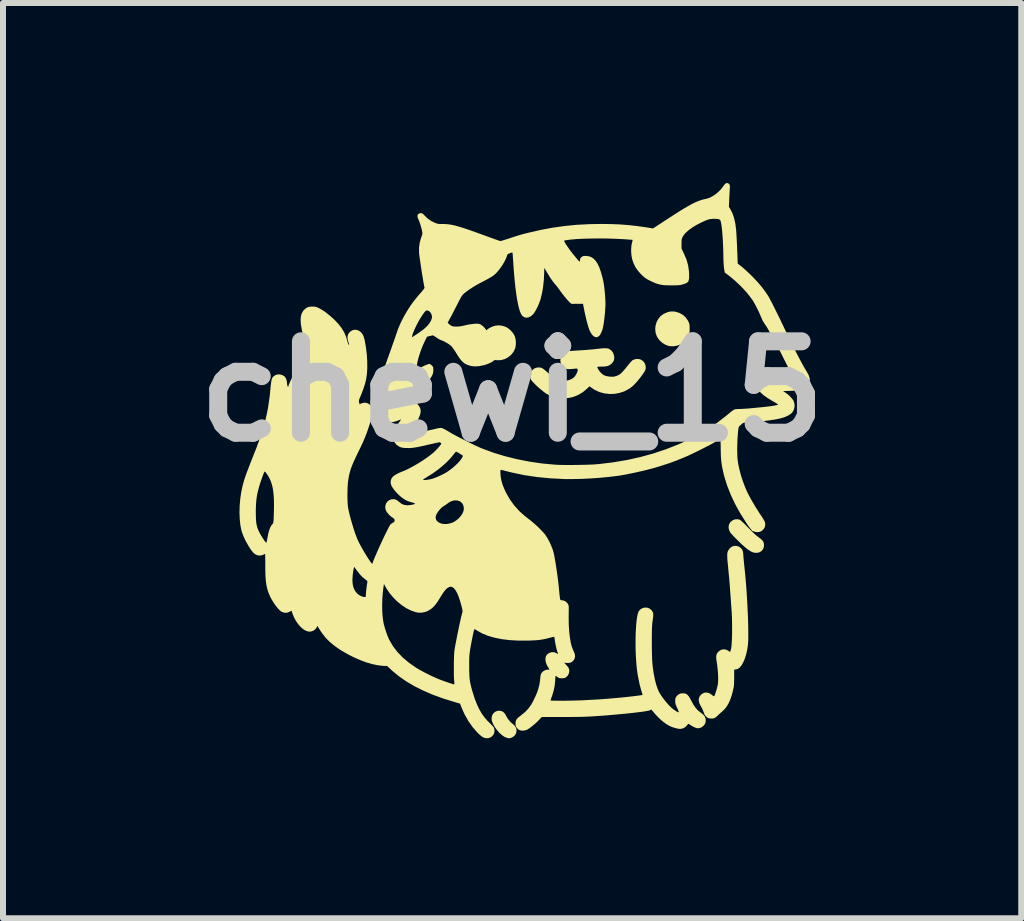
<source format=kicad_pcb>
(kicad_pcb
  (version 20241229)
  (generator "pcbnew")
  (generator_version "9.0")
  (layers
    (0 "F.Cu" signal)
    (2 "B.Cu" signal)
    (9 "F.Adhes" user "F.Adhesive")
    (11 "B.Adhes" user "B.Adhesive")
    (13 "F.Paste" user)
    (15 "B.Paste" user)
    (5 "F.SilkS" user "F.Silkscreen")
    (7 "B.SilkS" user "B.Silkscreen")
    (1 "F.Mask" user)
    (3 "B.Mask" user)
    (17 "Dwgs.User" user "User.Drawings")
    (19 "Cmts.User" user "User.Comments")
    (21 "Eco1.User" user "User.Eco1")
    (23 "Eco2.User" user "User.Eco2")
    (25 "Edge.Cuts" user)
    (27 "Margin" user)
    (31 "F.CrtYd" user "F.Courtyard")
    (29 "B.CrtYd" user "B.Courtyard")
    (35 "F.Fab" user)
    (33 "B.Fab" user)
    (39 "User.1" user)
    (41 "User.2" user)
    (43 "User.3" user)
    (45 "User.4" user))
  (footprint "chewi_15"
    (layer "F.Cu")
    (at 5.486 3.474)
    (property "Reference" "chewi_15" (at 0 0 0) (layer "Dwgs.User") (effects (font (size 1.524 1.524) (thickness 0.3))))
    (attr board_only exclude_from_pos_files exclude_from_bom)
    (fp_poly (pts (xy -0.188 5.326) (xy -0.158 5.337) (xy -0.134 5.356) (xy -0.113 5.383) (xy -0.098 5.412) (xy -0.07 5.459) (xy -0.037 5.501) (xy -0.003 5.533) (xy 0.012 5.544) (xy 0.037 5.566) (xy 0.058 5.596) (xy 0.072 5.629) (xy 0.075 5.651) (xy 0.068 5.694) (xy 0.049 5.73) (xy 0.016 5.759) (xy -0.004 5.769) (xy -0.025 5.778) (xy -0.042 5.782) (xy -0.06 5.781) (xy -0.086 5.775) (xy -0.092 5.773) (xy -0.13 5.757) (xy -0.171 5.728) (xy -0.212 5.691) (xy -0.25 5.647) (xy -0.285 5.6) (xy -0.313 5.551) (xy -0.333 5.503) (xy -0.341 5.474) (xy -0.341 5.433) (xy -0.33 5.395) (xy -0.309 5.363) (xy -0.279 5.339) (xy -0.244 5.325) (xy -0.206 5.323)) (stroke (width 0) (type solid)) (fill yes) (layer "F.SilkS"))
    (fp_poly (pts (xy 2.714 -1.33) (xy 2.781 -1.311) (xy 2.839 -1.281) (xy 2.888 -1.239) (xy 2.927 -1.185) (xy 2.939 -1.164) (xy 2.948 -1.143) (xy 2.954 -1.124) (xy 2.958 -1.103) (xy 2.959 -1.075) (xy 2.959 -1.043) (xy 2.959 -1.005) (xy 2.957 -0.978) (xy 2.953 -0.957) (xy 2.946 -0.937) (xy 2.94 -0.922) (xy 2.906 -0.867) (xy 2.863 -0.822) (xy 2.811 -0.786) (xy 2.754 -0.763) (xy 2.693 -0.752) (xy 2.63 -0.754) (xy 2.609 -0.758) (xy 2.553 -0.779) (xy 2.501 -0.811) (xy 2.456 -0.853) (xy 2.42 -0.903) (xy 2.412 -0.919) (xy 2.392 -0.977) (xy 2.386 -1.037) (xy 2.391 -1.097) (xy 2.408 -1.154) (xy 2.436 -1.207) (xy 2.474 -1.253) (xy 2.521 -1.289) (xy 2.533 -1.295) (xy 2.59 -1.32) (xy 2.642 -1.332) (xy 2.694 -1.332)) (stroke (width 0) (type solid)) (fill yes) (layer "F.SilkS"))
    (fp_poly (pts (xy 3.793 2.138) (xy 3.805 2.146) (xy 3.825 2.163) (xy 3.852 2.188) (xy 3.885 2.22) (xy 3.921 2.257) (xy 3.933 2.269) (xy 3.982 2.319) (xy 4.027 2.362) (xy 4.065 2.397) (xy 4.095 2.421) (xy 4.103 2.427) (xy 4.144 2.457) (xy 4.172 2.484) (xy 4.19 2.512) (xy 4.198 2.543) (xy 4.199 2.55) (xy 4.197 2.594) (xy 4.182 2.631) (xy 4.158 2.66) (xy 4.125 2.681) (xy 4.087 2.691) (xy 4.044 2.691) (xy 3.999 2.677) (xy 3.995 2.675) (xy 3.971 2.662) (xy 3.942 2.643) (xy 3.911 2.621) (xy 3.901 2.613) (xy 3.872 2.588) (xy 3.838 2.558) (xy 3.801 2.523) (xy 3.763 2.486) (xy 3.726 2.449) (xy 3.692 2.415) (xy 3.664 2.384) (xy 3.643 2.36) (xy 3.636 2.35) (xy 3.616 2.309) (xy 3.608 2.266) (xy 3.614 2.224) (xy 3.633 2.187) (xy 3.64 2.178) (xy 3.675 2.149) (xy 3.716 2.133) (xy 3.76 2.131)) (stroke (width 0) (type solid)) (fill yes) (layer "F.SilkS"))
    (fp_poly (pts (xy 3.746 2.576) (xy 3.779 2.587) (xy 3.813 2.611) (xy 3.837 2.641) (xy 3.85 2.681) (xy 3.855 2.732) (xy 3.855 2.735) (xy 3.856 2.756) (xy 3.859 2.79) (xy 3.863 2.832) (xy 3.867 2.88) (xy 3.873 2.931) (xy 3.874 2.945) (xy 3.884 3.034) (xy 3.892 3.129) (xy 3.901 3.229) (xy 3.908 3.332) (xy 3.915 3.437) (xy 3.921 3.543) (xy 3.926 3.647) (xy 3.931 3.748) (xy 3.934 3.845) (xy 3.936 3.935) (xy 3.937 4.018) (xy 3.937 4.091) (xy 3.936 4.153) (xy 3.933 4.203) (xy 3.931 4.223) (xy 3.919 4.307) (xy 3.901 4.384) (xy 3.88 4.453) (xy 3.855 4.512) (xy 3.828 4.561) (xy 3.798 4.599) (xy 3.766 4.624) (xy 3.733 4.635) (xy 3.723 4.636) (xy 3.702 4.636) (xy 3.702 4.773) (xy 3.701 4.824) (xy 3.7 4.864) (xy 3.698 4.896) (xy 3.695 4.924) (xy 3.69 4.951) (xy 3.683 4.98) (xy 3.681 4.99) (xy 3.658 5.075) (xy 3.633 5.146) (xy 3.605 5.207) (xy 3.573 5.258) (xy 3.537 5.302) (xy 3.51 5.328) (xy 3.482 5.353) (xy 3.452 5.38) (xy 3.428 5.403) (xy 3.407 5.422) (xy 3.386 5.438) (xy 3.372 5.446) (xy 3.341 5.453) (xy 3.307 5.453) (xy 3.275 5.447) (xy 3.259 5.44) (xy 3.229 5.416) (xy 3.208 5.387) (xy 3.193 5.348) (xy 3.192 5.345) (xy 3.18 5.314) (xy 3.164 5.279) (xy 3.15 5.255) (xy 3.124 5.205) (xy 3.112 5.158) (xy 3.113 5.116) (xy 3.129 5.079) (xy 3.158 5.047) (xy 3.161 5.045) (xy 3.199 5.024) (xy 3.239 5.019) (xy 3.279 5.027) (xy 3.318 5.05) (xy 3.327 5.057) (xy 3.347 5.073) (xy 3.362 5.081) (xy 3.368 5.081) (xy 3.375 5.07) (xy 3.384 5.047) (xy 3.394 5.017) (xy 3.405 4.982) (xy 3.415 4.946) (xy 3.423 4.913) (xy 3.429 4.888) (xy 3.433 4.848) (xy 3.435 4.796) (xy 3.434 4.736) (xy 3.43 4.673) (xy 3.424 4.609) (xy 3.417 4.547) (xy 3.413 4.527) (xy 3.405 4.475) (xy 3.402 4.435) (xy 3.404 4.403) (xy 3.411 4.378) (xy 3.424 4.356) (xy 3.443 4.335) (xy 3.444 4.334) (xy 3.479 4.31) (xy 3.519 4.299) (xy 3.559 4.302) (xy 3.597 4.319) (xy 3.606 4.325) (xy 3.622 4.336) (xy 3.632 4.342) (xy 3.634 4.342) (xy 3.637 4.334) (xy 3.643 4.316) (xy 3.65 4.291) (xy 3.655 4.264) (xy 3.659 4.224) (xy 3.662 4.173) (xy 3.665 4.114) (xy 3.667 4.047) (xy 3.667 3.976) (xy 3.667 3.902) (xy 3.666 3.827) (xy 3.664 3.754) (xy 3.661 3.684) (xy 3.657 3.634) (xy 3.649 3.52) (xy 3.642 3.419) (xy 3.635 3.332) (xy 3.63 3.258) (xy 3.625 3.196) (xy 3.621 3.144) (xy 3.617 3.103) (xy 3.616 3.091) (xy 3.612 3.051) (xy 3.608 3.011) (xy 3.605 2.976) (xy 3.604 2.963) (xy 3.601 2.93) (xy 3.597 2.891) (xy 3.593 2.855) (xy 3.589 2.816) (xy 3.587 2.773) (xy 3.586 2.738) (xy 3.587 2.705) (xy 3.591 2.681) (xy 3.599 2.659) (xy 3.607 2.645) (xy 3.633 2.61) (xy 3.667 2.586) (xy 3.706 2.575)) (stroke (width 0) (type solid)) (fill yes) (layer "F.SilkS"))
    (fp_poly (pts (xy 1.586 -0.717) (xy 1.605 -0.713) (xy 1.615 -0.709) (xy 1.649 -0.687) (xy 1.676 -0.655) (xy 1.694 -0.616) (xy 1.703 -0.573) (xy 1.7 -0.531) (xy 1.693 -0.508) (xy 1.681 -0.489) (xy 1.663 -0.467) (xy 1.652 -0.457) (xy 1.626 -0.438) (xy 1.595 -0.424) (xy 1.556 -0.416) (xy 1.506 -0.413) (xy 1.481 -0.413) (xy 1.452 -0.412) (xy 1.431 -0.411) (xy 1.419 -0.409) (xy 1.418 -0.409) (xy 1.421 -0.4) (xy 1.429 -0.383) (xy 1.433 -0.374) (xy 1.456 -0.338) (xy 1.485 -0.305) (xy 1.517 -0.278) (xy 1.531 -0.27) (xy 1.567 -0.256) (xy 1.611 -0.248) (xy 1.656 -0.244) (xy 1.696 -0.246) (xy 1.707 -0.248) (xy 1.74 -0.258) (xy 1.77 -0.27) (xy 1.798 -0.287) (xy 1.826 -0.311) (xy 1.856 -0.343) (xy 1.891 -0.384) (xy 1.917 -0.417) (xy 1.945 -0.451) (xy 1.971 -0.482) (xy 1.993 -0.505) (xy 2.009 -0.52) (xy 2.013 -0.523) (xy 2.058 -0.539) (xy 2.101 -0.541) (xy 2.141 -0.532) (xy 2.176 -0.511) (xy 2.204 -0.481) (xy 2.222 -0.442) (xy 2.228 -0.398) (xy 2.226 -0.378) (xy 2.221 -0.358) (xy 2.211 -0.336) (xy 2.194 -0.309) (xy 2.171 -0.275) (xy 2.139 -0.233) (xy 2.128 -0.219) (xy 2.083 -0.164) (xy 2.043 -0.12) (xy 2.005 -0.084) (xy 1.967 -0.054) (xy 1.946 -0.041) (xy 1.871 -0.001) (xy 1.79 0.026) (xy 1.706 0.041) (xy 1.621 0.043) (xy 1.537 0.033) (xy 1.456 0.011) (xy 1.38 -0.023) (xy 1.311 -0.069) (xy 1.291 -0.085) (xy 1.233 -0.031) (xy 1.175 0.016) (xy 1.108 0.056) (xy 1.039 0.086) (xy 0.986 0.101) (xy 0.94 0.109) (xy 0.891 0.114) (xy 0.841 0.117) (xy 0.798 0.116) (xy 0.77 0.113) (xy 0.686 0.091) (xy 0.606 0.058) (xy 0.577 0.042) (xy 0.547 0.022) (xy 0.513 -0.004) (xy 0.475 -0.035) (xy 0.437 -0.068) (xy 0.4 -0.102) (xy 0.367 -0.135) (xy 0.339 -0.165) (xy 0.32 -0.188) (xy 0.312 -0.202) (xy 0.301 -0.247) (xy 0.304 -0.289) (xy 0.318 -0.328) (xy 0.342 -0.36) (xy 0.375 -0.384) (xy 0.414 -0.397) (xy 0.458 -0.399) (xy 0.475 -0.396) (xy 0.49 -0.392) (xy 0.505 -0.385) (xy 0.523 -0.373) (xy 0.545 -0.355) (xy 0.575 -0.33) (xy 0.606 -0.302) (xy 0.655 -0.259) (xy 0.696 -0.226) (xy 0.732 -0.202) (xy 0.764 -0.186) (xy 0.796 -0.176) (xy 0.828 -0.172) (xy 0.842 -0.172) (xy 0.895 -0.176) (xy 0.947 -0.188) (xy 0.992 -0.207) (xy 1.029 -0.232) (xy 1.045 -0.249) (xy 1.067 -0.282) (xy 1.083 -0.314) (xy 1.093 -0.342) (xy 1.094 -0.363) (xy 1.092 -0.367) (xy 1.087 -0.376) (xy 1.079 -0.38) (xy 1.065 -0.381) (xy 1.04 -0.378) (xy 1.039 -0.378) (xy 1.004 -0.374) (xy 0.966 -0.372) (xy 0.948 -0.371) (xy 0.919 -0.373) (xy 0.897 -0.378) (xy 0.877 -0.389) (xy 0.87 -0.394) (xy 0.835 -0.427) (xy 0.813 -0.466) (xy 0.804 -0.51) (xy 0.809 -0.557) (xy 0.82 -0.587) (xy 0.842 -0.624) (xy 0.871 -0.65) (xy 0.909 -0.665) (xy 0.916 -0.667) (xy 0.933 -0.67) (xy 0.963 -0.673) (xy 1.002 -0.676) (xy 1.047 -0.679) (xy 1.096 -0.682) (xy 1.104 -0.682) (xy 1.162 -0.686) (xy 1.225 -0.69) (xy 1.289 -0.696) (xy 1.347 -0.701) (xy 1.385 -0.705) (xy 1.447 -0.712) (xy 1.496 -0.717) (xy 1.534 -0.719) (xy 1.563 -0.719)) (stroke (width 0) (type solid)) (fill yes) (layer "F.SilkS"))
    (fp_poly (pts (xy 3.606 -3.466) (xy 3.617 -3.457) (xy 3.624 -3.449) (xy 3.628 -3.439) (xy 3.63 -3.424) (xy 3.63 -3.401) (xy 3.628 -3.369) (xy 3.626 -3.334) (xy 3.624 -3.289) (xy 3.621 -3.24) (xy 3.619 -3.192) (xy 3.619 -3.187) (xy 3.614 -3.076) (xy 3.637 -3.04) (xy 3.671 -2.974) (xy 3.699 -2.894) (xy 3.72 -2.802) (xy 3.734 -2.699) (xy 3.735 -2.686) (xy 3.737 -2.653) (xy 3.74 -2.609) (xy 3.743 -2.556) (xy 3.746 -2.496) (xy 3.749 -2.433) (xy 3.751 -2.37) (xy 3.752 -2.361) (xy 3.761 -2.13) (xy 3.821 -2.084) (xy 3.846 -2.064) (xy 3.877 -2.036) (xy 3.914 -2.002) (xy 3.954 -1.965) (xy 3.993 -1.927) (xy 3.999 -1.921) (xy 4.084 -1.832) (xy 4.157 -1.747) (xy 4.221 -1.662) (xy 4.27 -1.588) (xy 4.285 -1.562) (xy 4.306 -1.523) (xy 4.332 -1.474) (xy 4.362 -1.414) (xy 4.396 -1.345) (xy 4.434 -1.269) (xy 4.474 -1.187) (xy 4.516 -1.099) (xy 4.55 -1.027) (xy 4.606 -0.91) (xy 4.66 -0.799) (xy 4.712 -0.695) (xy 4.761 -0.6) (xy 4.806 -0.514) (xy 4.847 -0.439) (xy 4.883 -0.375) (xy 4.914 -0.325) (xy 4.915 -0.322) (xy 4.944 -0.269) (xy 4.96 -0.222) (xy 4.962 -0.18) (xy 4.961 -0.178) (xy 4.947 -0.129) (xy 4.922 -0.09) (xy 4.885 -0.058) (xy 4.834 -0.033) (xy 4.825 -0.03) (xy 4.803 -0.023) (xy 4.779 -0.018) (xy 4.752 -0.015) (xy 4.718 -0.012) (xy 4.673 -0.01) (xy 4.645 -0.009) (xy 4.516 -0.005) (xy 4.551 0.017) (xy 4.587 0.043) (xy 4.624 0.075) (xy 4.656 0.109) (xy 4.682 0.141) (xy 4.693 0.161) (xy 4.707 0.208) (xy 4.708 0.256) (xy 4.697 0.303) (xy 4.675 0.344) (xy 4.649 0.372) (xy 4.602 0.403) (xy 4.541 0.43) (xy 4.466 0.452) (xy 4.376 0.47) (xy 4.332 0.476) (xy 4.286 0.483) (xy 4.234 0.489) (xy 4.185 0.496) (xy 4.16 0.5) (xy 4.12 0.504) (xy 4.071 0.509) (xy 4.019 0.513) (xy 3.97 0.515) (xy 3.966 0.515) (xy 3.922 0.517) (xy 3.89 0.519) (xy 3.869 0.522) (xy 3.854 0.525) (xy 3.845 0.53) (xy 3.838 0.536) (xy 3.821 0.551) (xy 3.801 0.568) (xy 3.798 0.57) (xy 3.788 0.579) (xy 3.781 0.588) (xy 3.776 0.601) (xy 3.772 0.621) (xy 3.768 0.651) (xy 3.766 0.671) (xy 3.761 0.738) (xy 3.756 0.81) (xy 3.754 0.884) (xy 3.752 0.957) (xy 3.753 1.025) (xy 3.755 1.085) (xy 3.758 1.129) (xy 3.77 1.215) (xy 3.791 1.309) (xy 3.817 1.408) (xy 3.85 1.507) (xy 3.886 1.602) (xy 3.922 1.684) (xy 3.948 1.734) (xy 3.979 1.792) (xy 4.016 1.856) (xy 4.055 1.922) (xy 4.095 1.986) (xy 4.133 2.045) (xy 4.16 2.084) (xy 4.18 2.116) (xy 4.198 2.146) (xy 4.211 2.171) (xy 4.216 2.184) (xy 4.22 2.225) (xy 4.212 2.263) (xy 4.192 2.296) (xy 4.165 2.323) (xy 4.131 2.34) (xy 4.093 2.347) (xy 4.052 2.342) (xy 4.04 2.337) (xy 4.022 2.331) (xy 4.012 2.33) (xy 4.011 2.33) (xy 4.005 2.327) (xy 3.992 2.312) (xy 3.973 2.288) (xy 3.949 2.256) (xy 3.922 2.219) (xy 3.895 2.178) (xy 3.799 2.026) (xy 3.715 1.873) (xy 3.643 1.719) (xy 3.583 1.566) (xy 3.536 1.415) (xy 3.502 1.267) (xy 3.491 1.196) (xy 3.485 1.143) (xy 3.48 1.077) (xy 3.478 1.003) (xy 3.477 0.955) (xy 3.477 0.909) (xy 3.476 0.868) (xy 3.475 0.834) (xy 3.473 0.811) (xy 3.472 0.8) (xy 3.472 0.799) (xy 3.464 0.801) (xy 3.446 0.81) (xy 3.421 0.823) (xy 3.39 0.841) (xy 3.382 0.845) (xy 3.333 0.872) (xy 3.273 0.905) (xy 3.206 0.939) (xy 3.135 0.975) (xy 3.064 1.01) (xy 2.995 1.043) (xy 2.932 1.073) (xy 2.878 1.096) (xy 2.878 1.096) (xy 2.747 1.15) (xy 2.617 1.198) (xy 2.484 1.241) (xy 2.347 1.282) (xy 2.203 1.319) (xy 2.048 1.354) (xy 1.887 1.387) (xy 1.802 1.402) (xy 1.706 1.415) (xy 1.6 1.427) (xy 1.487 1.438) (xy 1.37 1.447) (xy 1.251 1.454) (xy 1.134 1.459) (xy 1.021 1.461) (xy 0.915 1.461) (xy 0.871 1.461) (xy 0.639 1.449) (xy 0.417 1.428) (xy 0.203 1.396) (xy -0.006 1.352) (xy -0.083 1.333) (xy -0.126 1.322) (xy -0.156 1.314) (xy -0.176 1.31) (xy -0.188 1.31) (xy -0.194 1.313) (xy -0.195 1.321) (xy -0.195 1.332) (xy -0.195 1.341) (xy -0.191 1.416) (xy -0.178 1.488) (xy -0.156 1.563) (xy -0.123 1.642) (xy -0.105 1.681) (xy -0.04 1.796) (xy 0.035 1.9) (xy 0.121 1.996) (xy 0.219 2.083) (xy 0.266 2.119) (xy 0.32 2.161) (xy 0.376 2.209) (xy 0.43 2.258) (xy 0.48 2.308) (xy 0.523 2.354) (xy 0.549 2.385) (xy 0.585 2.439) (xy 0.62 2.502) (xy 0.651 2.57) (xy 0.677 2.637) (xy 0.693 2.692) (xy 0.703 2.737) (xy 0.713 2.795) (xy 0.725 2.862) (xy 0.736 2.937) (xy 0.748 3.015) (xy 0.759 3.096) (xy 0.769 3.175) (xy 0.777 3.251) (xy 0.781 3.285) (xy 0.786 3.344) (xy 0.791 3.39) (xy 0.795 3.424) (xy 0.798 3.449) (xy 0.802 3.465) (xy 0.806 3.475) (xy 0.81 3.479) (xy 0.817 3.481) (xy 0.824 3.481) (xy 0.83 3.481) (xy 0.865 3.488) (xy 0.898 3.506) (xy 0.924 3.533) (xy 0.93 3.542) (xy 0.937 3.556) (xy 0.942 3.571) (xy 0.944 3.59) (xy 0.945 3.616) (xy 0.944 3.654) (xy 0.944 3.655) (xy 0.943 3.781) (xy 0.945 3.898) (xy 0.952 4.005) (xy 0.963 4.1) (xy 0.977 4.184) (xy 0.995 4.254) (xy 1.017 4.312) (xy 1.024 4.325) (xy 1.044 4.373) (xy 1.05 4.416) (xy 1.042 4.455) (xy 1.02 4.489) (xy 0.995 4.511) (xy 0.973 4.521) (xy 0.943 4.527) (xy 0.911 4.527) (xy 0.882 4.523) (xy 0.874 4.52) (xy 0.871 4.522) (xy 0.877 4.532) (xy 0.892 4.549) (xy 0.893 4.55) (xy 0.92 4.58) (xy 0.937 4.602) (xy 0.947 4.622) (xy 0.952 4.642) (xy 0.953 4.663) (xy 0.946 4.704) (xy 0.926 4.74) (xy 0.898 4.766) (xy 0.88 4.776) (xy 0.857 4.781) (xy 0.829 4.782) (xy 0.8 4.781) (xy 0.78 4.776) (xy 0.762 4.766) (xy 0.756 4.761) (xy 0.739 4.749) (xy 0.728 4.742) (xy 0.725 4.741) (xy 0.724 4.748) (xy 0.722 4.767) (xy 0.719 4.795) (xy 0.718 4.822) (xy 0.71 4.906) (xy 0.694 4.984) (xy 0.671 5.063) (xy 0.664 5.082) (xy 0.653 5.111) (xy 0.646 5.135) (xy 0.642 5.15) (xy 0.642 5.153) (xy 0.65 5.154) (xy 0.672 5.155) (xy 0.704 5.155) (xy 0.747 5.156) (xy 0.796 5.156) (xy 0.852 5.156) (xy 0.884 5.156) (xy 1.013 5.154) (xy 1.155 5.15) (xy 1.305 5.142) (xy 1.461 5.133) (xy 1.62 5.121) (xy 1.779 5.107) (xy 1.936 5.091) (xy 2.048 5.078) (xy 2.089 5.073) (xy 2.125 5.068) (xy 2.152 5.064) (xy 2.17 5.061) (xy 2.174 5.06) (xy 2.173 5.052) (xy 2.168 5.033) (xy 2.16 5.008) (xy 2.157 4.998) (xy 2.143 4.949) (xy 2.127 4.889) (xy 2.113 4.822) (xy 2.099 4.754) (xy 2.088 4.689) (xy 2.082 4.646) (xy 2.074 4.566) (xy 2.067 4.481) (xy 2.062 4.393) (xy 2.059 4.303) (xy 2.058 4.213) (xy 2.058 4.124) (xy 2.06 4.038) (xy 2.064 3.958) (xy 2.069 3.883) (xy 2.076 3.816) (xy 2.084 3.758) (xy 2.094 3.711) (xy 2.105 3.677) (xy 2.112 3.663) (xy 2.14 3.632) (xy 2.175 3.612) (xy 2.213 3.603) (xy 2.252 3.605) (xy 2.288 3.618) (xy 2.32 3.642) (xy 2.339 3.669) (xy 2.346 3.684) (xy 2.351 3.699) (xy 2.353 3.717) (xy 2.353 3.739) (xy 2.35 3.769) (xy 2.344 3.81) (xy 2.34 3.841) (xy 2.336 3.872) (xy 2.333 3.917) (xy 2.331 3.971) (xy 2.33 4.034) (xy 2.329 4.103) (xy 2.329 4.176) (xy 2.329 4.25) (xy 2.33 4.323) (xy 2.332 4.392) (xy 2.334 4.457) (xy 2.337 4.513) (xy 2.341 4.56) (xy 2.343 4.583) (xy 2.36 4.7) (xy 2.38 4.803) (xy 2.403 4.892) (xy 2.43 4.968) (xy 2.453 5.017) (xy 2.478 5.059) (xy 2.512 5.108) (xy 2.551 5.159) (xy 2.592 5.207) (xy 2.632 5.25) (xy 2.633 5.251) (xy 2.66 5.276) (xy 2.689 5.3) (xy 2.718 5.32) (xy 2.744 5.337) (xy 2.764 5.347) (xy 2.777 5.349) (xy 2.779 5.348) (xy 2.778 5.339) (xy 2.771 5.321) (xy 2.76 5.295) (xy 2.751 5.276) (xy 2.736 5.243) (xy 2.726 5.217) (xy 2.721 5.195) (xy 2.719 5.171) (xy 2.719 5.16) (xy 2.72 5.131) (xy 2.724 5.111) (xy 2.733 5.094) (xy 2.74 5.084) (xy 2.771 5.053) (xy 2.808 5.036) (xy 2.843 5.032) (xy 2.874 5.034) (xy 2.9 5.042) (xy 2.923 5.058) (xy 2.945 5.084) (xy 2.968 5.12) (xy 2.992 5.165) (xy 3.024 5.224) (xy 3.057 5.272) (xy 3.092 5.312) (xy 3.134 5.347) (xy 3.144 5.354) (xy 3.184 5.386) (xy 3.21 5.418) (xy 3.225 5.452) (xy 3.228 5.484) (xy 3.225 5.511) (xy 3.218 5.536) (xy 3.216 5.541) (xy 3.197 5.567) (xy 3.172 5.59) (xy 3.146 5.605) (xy 3.137 5.608) (xy 3.119 5.612) (xy 3.108 5.615) (xy 3.089 5.615) (xy 3.062 5.608) (xy 3.031 5.595) (xy 3 5.579) (xy 2.994 5.575) (xy 2.971 5.56) (xy 2.953 5.548) (xy 2.943 5.542) (xy 2.934 5.544) (xy 2.921 5.558) (xy 2.915 5.567) (xy 2.886 5.597) (xy 2.849 5.617) (xy 2.807 5.626) (xy 2.802 5.626) (xy 2.77 5.623) (xy 2.73 5.614) (xy 2.687 5.602) (xy 2.645 5.586) (xy 2.619 5.574) (xy 2.567 5.543) (xy 2.51 5.5) (xy 2.451 5.448) (xy 2.393 5.388) (xy 2.348 5.335) (xy 2.321 5.303) (xy 2.298 5.315) (xy 2.28 5.321) (xy 2.248 5.327) (xy 2.203 5.335) (xy 2.146 5.343) (xy 2.079 5.351) (xy 2.003 5.36) (xy 1.918 5.369) (xy 1.826 5.378) (xy 1.728 5.387) (xy 1.625 5.396) (xy 1.518 5.405) (xy 1.444 5.41) (xy 1.383 5.414) (xy 1.325 5.418) (xy 1.269 5.421) (xy 1.211 5.423) (xy 1.149 5.425) (xy 1.081 5.426) (xy 1.005 5.427) (xy 0.917 5.427) (xy 0.857 5.427) (xy 0.495 5.428) (xy 0.444 5.481) (xy 0.408 5.517) (xy 0.368 5.552) (xy 0.328 5.585) (xy 0.29 5.614) (xy 0.257 5.635) (xy 0.241 5.643) (xy 0.206 5.653) (xy 0.168 5.655) (xy 0.133 5.649) (xy 0.107 5.636) (xy 0.079 5.61) (xy 0.062 5.582) (xy 0.057 5.547) (xy 0.057 5.537) (xy 0.059 5.506) (xy 0.067 5.48) (xy 0.083 5.456) (xy 0.109 5.431) (xy 0.146 5.402) (xy 0.147 5.401) (xy 0.213 5.348) (xy 0.267 5.292) (xy 0.313 5.23) (xy 0.346 5.172) (xy 0.385 5.092) (xy 0.416 5.021) (xy 0.438 4.954) (xy 0.455 4.89) (xy 0.465 4.824) (xy 0.469 4.789) (xy 0.472 4.754) (xy 0.476 4.729) (xy 0.482 4.711) (xy 0.491 4.695) (xy 0.5 4.683) (xy 0.52 4.664) (xy 0.548 4.648) (xy 0.578 4.639) (xy 0.604 4.638) (xy 0.617 4.639) (xy 0.621 4.635) (xy 0.617 4.624) (xy 0.604 4.604) (xy 0.577 4.557) (xy 0.561 4.51) (xy 0.555 4.466) (xy 0.56 4.427) (xy 0.566 4.411) (xy 0.59 4.379) (xy 0.623 4.358) (xy 0.66 4.347) (xy 0.699 4.348) (xy 0.735 4.361) (xy 0.753 4.373) (xy 0.763 4.38) (xy 0.765 4.377) (xy 0.763 4.37) (xy 0.747 4.315) (xy 0.735 4.269) (xy 0.726 4.228) (xy 0.718 4.185) (xy 0.716 4.172) (xy 0.711 4.139) (xy 0.707 4.113) (xy 0.704 4.095) (xy 0.702 4.09) (xy 0.694 4.091) (xy 0.675 4.095) (xy 0.648 4.102) (xy 0.628 4.107) (xy 0.575 4.121) (xy 0.527 4.131) (xy 0.482 4.139) (xy 0.436 4.145) (xy 0.385 4.149) (xy 0.325 4.152) (xy 0.261 4.154) (xy 0.105 4.154) (xy -0.039 4.146) (xy -0.171 4.13) (xy -0.292 4.106) (xy -0.4 4.075) (xy -0.496 4.036) (xy -0.58 3.989) (xy -0.591 3.981) (xy -0.611 3.97) (xy -0.625 3.965) (xy -0.63 3.966) (xy -0.634 3.976) (xy -0.64 3.998) (xy -0.647 4.03) (xy -0.656 4.071) (xy -0.665 4.117) (xy -0.675 4.166) (xy -0.684 4.216) (xy -0.693 4.264) (xy -0.699 4.298) (xy -0.704 4.336) (xy -0.709 4.371) (xy -0.712 4.408) (xy -0.714 4.449) (xy -0.715 4.498) (xy -0.715 4.557) (xy -0.715 4.58) (xy -0.715 4.654) (xy -0.713 4.716) (xy -0.71 4.77) (xy -0.704 4.819) (xy -0.696 4.867) (xy -0.684 4.917) (xy -0.67 4.972) (xy -0.656 5.018) (xy -0.623 5.122) (xy -0.588 5.212) (xy -0.551 5.292) (xy -0.51 5.364) (xy -0.464 5.429) (xy -0.412 5.49) (xy -0.352 5.549) (xy -0.346 5.555) (xy -0.326 5.576) (xy -0.309 5.597) (xy -0.303 5.609) (xy -0.293 5.649) (xy -0.297 5.689) (xy -0.313 5.726) (xy -0.341 5.755) (xy -0.36 5.767) (xy -0.4 5.781) (xy -0.439 5.781) (xy -0.48 5.768) (xy -0.501 5.755) (xy -0.53 5.732) (xy -0.562 5.703) (xy -0.577 5.688) (xy -0.658 5.596) (xy -0.73 5.493) (xy -0.793 5.382) (xy -0.841 5.274) (xy -0.868 5.204) (xy -0.953 5.18) (xy -1.14 5.122) (xy -1.315 5.059) (xy -1.477 4.989) (xy -1.628 4.914) (xy -1.765 4.833) (xy -1.89 4.746) (xy -2 4.655) (xy -2.02 4.636) (xy -2.082 4.578) (xy -2.164 4.574) (xy -2.246 4.564) (xy -2.337 4.544) (xy -2.433 4.516) (xy -2.534 4.478) (xy -2.637 4.433) (xy -2.739 4.381) (xy -2.84 4.323) (xy -2.893 4.289) (xy -2.976 4.229) (xy -3.047 4.169) (xy -3.109 4.105) (xy -3.166 4.033) (xy -3.204 3.976) (xy -3.246 3.909) (xy -3.256 3.931) (xy -3.276 3.961) (xy -3.306 3.985) (xy -3.343 4) (xy -3.381 4.005) (xy -3.39 4.004) (xy -3.435 3.991) (xy -3.48 3.965) (xy -3.524 3.927) (xy -3.566 3.88) (xy -3.604 3.824) (xy -3.637 3.762) (xy -3.664 3.695) (xy -3.664 3.693) (xy -3.677 3.655) (xy -3.708 3.673) (xy -3.75 3.689) (xy -3.793 3.69) (xy -3.836 3.677) (xy -3.849 3.669) (xy -3.876 3.647) (xy -3.907 3.614) (xy -3.94 3.572) (xy -3.951 3.557) (xy -2.166 3.557) (xy -2.165 3.653) (xy -2.159 3.744) (xy -2.149 3.824) (xy -2.149 3.826) (xy -2.138 3.882) (xy -2.12 3.946) (xy -2.099 4.012) (xy -2.076 4.076) (xy -2.053 4.131) (xy -2.046 4.144) (xy -1.987 4.245) (xy -1.914 4.341) (xy -1.827 4.432) (xy -1.726 4.518) (xy -1.612 4.598) (xy -1.595 4.609) (xy -1.541 4.641) (xy -1.477 4.676) (xy -1.408 4.711) (xy -1.338 4.746) (xy -1.27 4.776) (xy -1.257 4.782) (xy -1.224 4.796) (xy -1.185 4.811) (xy -1.142 4.826) (xy -1.099 4.842) (xy -1.058 4.856) (xy -1.022 4.868) (xy -0.993 4.877) (xy -0.974 4.883) (xy -0.969 4.883) (xy -0.964 4.88) (xy -0.962 4.869) (xy -0.963 4.848) (xy -0.965 4.829) (xy -0.968 4.797) (xy -0.97 4.754) (xy -0.971 4.702) (xy -0.971 4.644) (xy -0.971 4.583) (xy -0.971 4.522) (xy -0.969 4.463) (xy -0.968 4.41) (xy -0.965 4.366) (xy -0.963 4.332) (xy -0.962 4.325) (xy -0.956 4.287) (xy -0.948 4.241) (xy -0.938 4.186) (xy -0.926 4.126) (xy -0.914 4.062) (xy -0.9 3.997) (xy -0.887 3.933) (xy -0.874 3.871) (xy -0.861 3.814) (xy -0.85 3.764) (xy -0.84 3.723) (xy -0.832 3.692) (xy -0.827 3.677) (xy -0.826 3.662) (xy -0.83 3.635) (xy -0.838 3.6) (xy -0.848 3.559) (xy -0.861 3.515) (xy -0.875 3.47) (xy -0.889 3.427) (xy -0.904 3.389) (xy -0.915 3.364) (xy -0.942 3.316) (xy -0.968 3.282) (xy -0.996 3.261) (xy -1.024 3.255) (xy -1.054 3.263) (xy -1.087 3.284) (xy -1.121 3.32) (xy -1.158 3.371) (xy -1.198 3.435) (xy -1.241 3.504) (xy -1.282 3.56) (xy -1.323 3.604) (xy -1.366 3.637) (xy -1.41 3.662) (xy -1.455 3.679) (xy -1.51 3.689) (xy -1.566 3.688) (xy -1.609 3.679) (xy -1.684 3.653) (xy -1.761 3.615) (xy -1.837 3.565) (xy -1.91 3.506) (xy -1.978 3.439) (xy -2.039 3.367) (xy -2.091 3.291) (xy -2.107 3.263) (xy -2.136 3.21) (xy -2.145 3.268) (xy -2.156 3.36) (xy -2.163 3.458) (xy -2.166 3.557) (xy -3.951 3.557) (xy -3.973 3.525) (xy -4.004 3.475) (xy -4.031 3.425) (xy -4.052 3.377) (xy -4.053 3.376) (xy -4.07 3.329) (xy -4.083 3.283) (xy -4.094 3.235) (xy -4.102 3.182) (xy -4.106 3.146) (xy -2.662 3.146) (xy -2.657 3.215) (xy -2.643 3.274) (xy -2.619 3.324) (xy -2.585 3.367) (xy -2.581 3.371) (xy -2.553 3.393) (xy -2.518 3.412) (xy -2.483 3.424) (xy -2.459 3.428) (xy -2.446 3.427) (xy -2.44 3.421) (xy -2.438 3.406) (xy -2.438 3.395) (xy -2.437 3.375) (xy -2.434 3.346) (xy -2.431 3.31) (xy -2.426 3.272) (xy -2.422 3.235) (xy -2.417 3.204) (xy -2.413 3.181) (xy -2.411 3.173) (xy -2.415 3.161) (xy -2.433 3.144) (xy -2.449 3.132) (xy -2.489 3.1) (xy -2.532 3.056) (xy -2.578 2.998) (xy -2.598 2.972) (xy -2.632 2.924) (xy -2.64 2.953) (xy -2.644 2.972) (xy -2.649 3.002) (xy -2.654 3.038) (xy -2.657 3.066) (xy -2.662 3.146) (xy -4.106 3.146) (xy -4.108 3.123) (xy -4.112 3.055) (xy -4.114 2.976) (xy -4.114 2.905) (xy -4.114 2.852) (xy -4.115 2.805) (xy -4.115 2.765) (xy -4.116 2.734) (xy -4.116 2.715) (xy -4.117 2.708) (xy -4.124 2.711) (xy -4.14 2.719) (xy -4.148 2.723) (xy -4.189 2.736) (xy -4.232 2.735) (xy -4.272 2.721) (xy -4.309 2.693) (xy -4.315 2.688) (xy -4.347 2.648) (xy -4.381 2.598) (xy -4.415 2.54) (xy -4.448 2.479) (xy -4.476 2.417) (xy -4.499 2.359) (xy -4.512 2.316) (xy -4.53 2.226) (xy -4.54 2.125) (xy -4.544 2.017) (xy -4.544 2.007) (xy -4.272 2.007) (xy -4.271 2.077) (xy -4.269 2.136) (xy -4.265 2.185) (xy -4.258 2.227) (xy -4.248 2.266) (xy -4.235 2.303) (xy -4.219 2.338) (xy -4.204 2.367) (xy -4.186 2.398) (xy -4.166 2.431) (xy -4.146 2.462) (xy -4.128 2.489) (xy -4.112 2.509) (xy -4.101 2.521) (xy -4.096 2.523) (xy -4.093 2.513) (xy -4.088 2.492) (xy -4.082 2.463) (xy -4.078 2.441) (xy -4.065 2.373) (xy -4.05 2.316) (xy -4.033 2.271) (xy -4.017 2.242) (xy -4.002 2.222) (xy -3.989 2.204) (xy -3.987 2.201) (xy -3.983 2.193) (xy -3.98 2.18) (xy -3.977 2.16) (xy -3.975 2.131) (xy -3.973 2.091) (xy -3.972 2.039) (xy -3.971 2.013) (xy -3.969 1.909) (xy -3.97 1.817) (xy -3.974 1.737) (xy -3.981 1.667) (xy -3.991 1.605) (xy -4.005 1.549) (xy -4.022 1.498) (xy -4.036 1.465) (xy -4.05 1.438) (xy -4.066 1.41) (xy -4.084 1.382) (xy -4.101 1.358) (xy -4.115 1.342) (xy -4.124 1.335) (xy -4.125 1.335) (xy -4.129 1.342) (xy -4.138 1.36) (xy -4.149 1.388) (xy -4.162 1.422) (xy -4.166 1.434) (xy -4.197 1.523) (xy -4.221 1.602) (xy -4.24 1.675) (xy -4.254 1.745) (xy -4.264 1.816) (xy -4.269 1.89) (xy -4.272 1.971) (xy -4.272 2.007) (xy -4.544 2.007) (xy -4.541 1.905) (xy -4.531 1.791) (xy -4.515 1.679) (xy -4.492 1.571) (xy -4.486 1.55) (xy -4.476 1.514) (xy -4.466 1.478) (xy -4.453 1.439) (xy -4.439 1.397) (xy -4.422 1.35) (xy -4.401 1.296) (xy -4.377 1.233) (xy -4.348 1.159) (xy -4.315 1.076) (xy -4.262 0.942) (xy -4.217 0.819) (xy -4.177 0.703) (xy -4.143 0.595) (xy -4.115 0.49) (xy -4.091 0.387) (xy -4.07 0.283) (xy -4.054 0.177) (xy -4.039 0.065) (xy -4.029 -0.038) (xy -4.023 -0.099) (xy -4.017 -0.146) (xy -4.011 -0.183) (xy -4.004 -0.21) (xy -3.994 -0.231) (xy -3.981 -0.246) (xy -3.965 -0.259) (xy -3.945 -0.271) (xy -3.941 -0.273) (xy -3.904 -0.283) (xy -3.865 -0.282) (xy -3.826 -0.27) (xy -3.793 -0.249) (xy -3.786 -0.241) (xy -3.768 -0.213) (xy -3.756 -0.175) (xy -3.751 -0.132) (xy -3.751 -0.13) (xy -3.748 -0.101) (xy -3.741 -0.084) (xy -3.739 -0.083) (xy -3.731 -0.078) (xy -3.728 -0.085) (xy -3.728 -0.091) (xy -3.725 -0.102) (xy -3.716 -0.125) (xy -3.702 -0.157) (xy -3.683 -0.197) (xy -3.661 -0.243) (xy -3.636 -0.294) (xy -3.627 -0.311) (xy -3.592 -0.382) (xy -3.563 -0.443) (xy -3.54 -0.494) (xy -3.522 -0.539) (xy -3.508 -0.581) (xy -3.498 -0.62) (xy -3.49 -0.66) (xy -3.484 -0.702) (xy -3.481 -0.732) (xy -3.477 -0.79) (xy -3.479 -0.851) (xy -3.485 -0.917) (xy -3.497 -0.992) (xy -3.507 -1.039) (xy -3.521 -1.121) (xy -3.525 -1.193) (xy -3.52 -1.254) (xy -3.504 -1.305) (xy -3.479 -1.347) (xy -3.444 -1.381) (xy -3.417 -1.398) (xy -3.394 -1.407) (xy -3.367 -1.412) (xy -3.331 -1.414) (xy -3.331 -1.414) (xy -3.3 -1.413) (xy -3.275 -1.41) (xy -3.251 -1.402) (xy -3.22 -1.388) (xy -3.218 -1.387) (xy -3.163 -1.356) (xy -3.103 -1.315) (xy -3.038 -1.263) (xy -2.971 -1.203) (xy -2.965 -1.198) (xy -2.897 -1.126) (xy -2.842 -1.056) (xy -2.799 -0.985) (xy -2.768 -0.911) (xy -2.752 -0.858) (xy -2.744 -0.827) (xy -2.735 -0.801) (xy -2.728 -0.784) (xy -2.726 -0.78) (xy -2.718 -0.774) (xy -2.716 -0.779) (xy -2.72 -0.796) (xy -2.729 -0.825) (xy -2.731 -0.829) (xy -2.743 -0.879) (xy -2.743 -0.921) (xy -2.73 -0.958) (xy -2.704 -0.991) (xy -2.703 -0.992) (xy -2.667 -1.017) (xy -2.627 -1.028) (xy -2.587 -1.025) (xy -2.547 -1.008) (xy -2.522 -0.988) (xy -2.501 -0.964) (xy -2.484 -0.938) (xy -2.471 -0.904) (xy -2.459 -0.861) (xy -2.454 -0.836) (xy -2.435 -0.725) (xy -2.422 -0.613) (xy -2.415 -0.503) (xy -2.414 -0.398) (xy -2.419 -0.3) (xy -2.431 -0.212) (xy -2.435 -0.193) (xy -2.446 -0.146) (xy -2.463 -0.09) (xy -2.484 -0.029) (xy -2.507 0.032) (xy -2.528 0.084) (xy -2.542 0.116) (xy -2.55 0.139) (xy -2.553 0.155) (xy -2.553 0.169) (xy -2.55 0.184) (xy -2.542 0.215) (xy -2.515 0.201) (xy -2.474 0.189) (xy -2.434 0.189) (xy -2.397 0.203) (xy -2.365 0.227) (xy -2.34 0.262) (xy -2.328 0.291) (xy -2.323 0.311) (xy -2.321 0.329) (xy -2.321 0.349) (xy -2.324 0.373) (xy -2.331 0.403) (xy -2.341 0.441) (xy -2.355 0.489) (xy -2.37 0.535) (xy -2.398 0.621) (xy -2.425 0.698) (xy -2.454 0.771) (xy -2.485 0.845) (xy -2.521 0.922) (xy -2.558 0.998) (xy -2.6 1.084) (xy -2.635 1.16) (xy -2.664 1.227) (xy -2.687 1.288) (xy -2.704 1.345) (xy -2.718 1.401) (xy -2.728 1.457) (xy -2.736 1.516) (xy -2.738 1.539) (xy -2.742 1.598) (xy -2.744 1.663) (xy -2.745 1.731) (xy -2.744 1.797) (xy -2.742 1.856) (xy -2.738 1.905) (xy -2.738 1.907) (xy -2.731 1.953) (xy -2.719 2.009) (xy -2.704 2.073) (xy -2.685 2.143) (xy -2.664 2.215) (xy -2.642 2.287) (xy -2.62 2.355) (xy -2.597 2.417) (xy -2.577 2.467) (xy -2.557 2.511) (xy -2.53 2.562) (xy -2.499 2.619) (xy -2.465 2.677) (xy -2.431 2.734) (xy -2.397 2.787) (xy -2.367 2.832) (xy -2.346 2.86) (xy -2.334 2.871) (xy -2.327 2.871) (xy -2.325 2.865) (xy -2.322 2.851) (xy -2.313 2.826) (xy -2.299 2.79) (xy -2.281 2.747) (xy -2.259 2.697) (xy -2.235 2.642) (xy -2.209 2.584) (xy -2.182 2.525) (xy -2.154 2.466) (xy -2.128 2.41) (xy -2.102 2.358) (xy -2.079 2.311) (xy -2.059 2.272) (xy -2.043 2.242) (xy -2.031 2.223) (xy -2.028 2.219) (xy -2.007 2.201) (xy -1.983 2.187) (xy -1.983 2.187) (xy -1.966 2.176) (xy -1.959 2.163) (xy -1.958 2.151) (xy -1.96 2.135) (xy -1.969 2.122) (xy -1.987 2.108) (xy -1.991 2.106) (xy -1.995 2.103) (xy -1.275 2.103) (xy -1.268 2.136) (xy -1.249 2.165) (xy -1.219 2.187) (xy -1.181 2.203) (xy -1.136 2.211) (xy -1.087 2.21) (xy -1.04 2.202) (xy -0.996 2.188) (xy -0.958 2.169) (xy -0.921 2.143) (xy -0.893 2.119) (xy -0.854 2.076) (xy -0.825 2.031) (xy -0.808 1.987) (xy -0.804 1.946) (xy -0.804 1.944) (xy -0.814 1.897) (xy -0.835 1.86) (xy -0.866 1.835) (xy -0.87 1.832) (xy -0.914 1.818) (xy -0.961 1.817) (xy -1.009 1.829) (xy -1.056 1.854) (xy -1.076 1.869) (xy -1.097 1.884) (xy -1.122 1.901) (xy -1.133 1.907) (xy -1.169 1.932) (xy -1.202 1.965) (xy -1.232 2.002) (xy -1.256 2.04) (xy -1.271 2.076) (xy -1.275 2.103) (xy -1.995 2.103) (xy -2.022 2.083) (xy -2.053 2.054) (xy -2.08 2.022) (xy -2.099 1.993) (xy -2.104 1.984) (xy -2.114 1.942) (xy -2.112 1.902) (xy -2.099 1.865) (xy -2.076 1.834) (xy -2.045 1.811) (xy -2.008 1.798) (xy -1.967 1.797) (xy -1.949 1.801) (xy -1.921 1.813) (xy -1.889 1.837) (xy -1.88 1.845) (xy -1.84 1.875) (xy -1.795 1.893) (xy -1.744 1.899) (xy -1.685 1.893) (xy -1.664 1.889) (xy -1.635 1.882) (xy -1.621 1.875) (xy -1.622 1.867) (xy -1.638 1.859) (xy -1.667 1.851) (xy -1.722 1.835) (xy -1.77 1.814) (xy -1.816 1.785) (xy -1.854 1.757) (xy -1.891 1.724) (xy -1.928 1.686) (xy -1.963 1.645) (xy -1.991 1.606) (xy -2.011 1.572) (xy -2.011 1.572) (xy -2.024 1.529) (xy -2.022 1.486) (xy -2.018 1.473) (xy -1.485 1.473) (xy -1.478 1.477) (xy -1.46 1.478) (xy -1.434 1.476) (xy -1.403 1.472) (xy -1.371 1.466) (xy -1.34 1.459) (xy -1.324 1.455) (xy -1.278 1.438) (xy -1.225 1.416) (xy -1.17 1.39) (xy -1.119 1.364) (xy -1.077 1.338) (xy -1.072 1.335) (xy -1.014 1.293) (xy -0.96 1.248) (xy -0.912 1.203) (xy -0.871 1.158) (xy -0.841 1.118) (xy -0.832 1.101) (xy -0.818 1.074) (xy -0.869 1.039) (xy -0.895 1.024) (xy -0.916 1.012) (xy -0.93 1.006) (xy -0.932 1.005) (xy -0.941 1.011) (xy -0.955 1.026) (xy -0.973 1.048) (xy -0.979 1.056) (xy -1.029 1.117) (xy -1.091 1.181) (xy -1.163 1.246) (xy -1.243 1.31) (xy -1.329 1.371) (xy -1.418 1.427) (xy -1.419 1.428) (xy -1.447 1.445) (xy -1.469 1.459) (xy -1.482 1.47) (xy -1.485 1.473) (xy -2.018 1.473) (xy -2.008 1.448) (xy -1.983 1.417) (xy -1.948 1.392) (xy -1.901 1.366) (xy -1.844 1.341) (xy -1.828 1.335) (xy -1.772 1.312) (xy -1.708 1.28) (xy -1.639 1.243) (xy -1.567 1.201) (xy -1.496 1.156) (xy -1.429 1.111) (xy -1.369 1.067) (xy -1.318 1.026) (xy -1.3 1.01) (xy -1.271 0.981) (xy -1.242 0.951) (xy -1.217 0.923) (xy -1.207 0.911) (xy -1.191 0.889) (xy -1.182 0.875) (xy -1.181 0.867) (xy -1.185 0.861) (xy -1.189 0.858) (xy -1.204 0.85) (xy -1.212 0.848) (xy -1.221 0.849) (xy -1.243 0.854) (xy -1.275 0.861) (xy -1.316 0.87) (xy -1.362 0.881) (xy -1.396 0.888) (xy -1.468 0.905) (xy -1.528 0.918) (xy -1.577 0.928) (xy -1.618 0.935) (xy -1.654 0.94) (xy -1.685 0.943) (xy -1.715 0.945) (xy -1.745 0.944) (xy -1.764 0.944) (xy -1.802 0.942) (xy -1.83 0.938) (xy -1.852 0.933) (xy -1.872 0.925) (xy -1.88 0.921) (xy -1.924 0.892) (xy -1.954 0.857) (xy -1.972 0.815) (xy -1.979 0.764) (xy -1.979 0.742) (xy -1.977 0.715) (xy -1.732 0.715) (xy -1.732 0.716) (xy -1.722 0.717) (xy -1.698 0.714) (xy -1.661 0.708) (xy -1.611 0.699) (xy -1.55 0.686) (xy -1.477 0.67) (xy -1.393 0.651) (xy -1.3 0.63) (xy -1.25 0.618) (xy -1.22 0.612) (xy -1.192 0.609) (xy -1.174 0.61) (xy -1.157 0.616) (xy -1.132 0.628) (xy -1.101 0.644) (xy -1.071 0.662) (xy -1.031 0.686) (xy -0.98 0.715) (xy -0.921 0.747) (xy -0.855 0.781) (xy -0.787 0.816) (xy -0.718 0.851) (xy -0.652 0.883) (xy -0.59 0.912) (xy -0.536 0.937) (xy -0.499 0.952) (xy -0.317 1.02) (xy -0.124 1.079) (xy 0.077 1.129) (xy 0.284 1.17) (xy 0.496 1.201) (xy 0.709 1.221) (xy 0.731 1.222) (xy 0.781 1.225) (xy 0.842 1.226) (xy 0.912 1.227) (xy 0.987 1.227) (xy 1.067 1.226) (xy 1.146 1.225) (xy 1.224 1.223) (xy 1.296 1.221) (xy 1.36 1.218) (xy 1.414 1.214) (xy 1.44 1.212) (xy 1.682 1.183) (xy 1.913 1.144) (xy 2.135 1.095) (xy 2.351 1.036) (xy 2.561 0.966) (xy 2.768 0.885) (xy 2.867 0.841) (xy 3.061 0.746) (xy 3.243 0.641) (xy 3.415 0.526) (xy 3.577 0.4) (xy 3.619 0.365) (xy 3.647 0.342) (xy 3.673 0.322) (xy 3.694 0.308) (xy 3.703 0.303) (xy 3.725 0.297) (xy 3.759 0.294) (xy 3.802 0.293) (xy 3.832 0.292) (xy 3.874 0.289) (xy 3.925 0.286) (xy 3.983 0.281) (xy 4.045 0.275) (xy 4.108 0.269) (xy 4.171 0.263) (xy 4.23 0.256) (xy 4.284 0.25) (xy 4.328 0.244) (xy 4.361 0.239) (xy 4.372 0.237) (xy 4.399 0.231) (xy 4.419 0.227) (xy 4.43 0.225) (xy 4.43 0.225) (xy 4.434 0.223) (xy 4.428 0.216) (xy 4.411 0.203) (xy 4.382 0.184) (xy 4.34 0.16) (xy 4.323 0.15) (xy 4.249 0.104) (xy 4.189 0.061) (xy 4.144 0.02) (xy 4.112 -0.02) (xy 4.093 -0.058) (xy 4.088 -0.096) (xy 4.095 -0.134) (xy 4.104 -0.154) (xy 4.119 -0.179) (xy 4.136 -0.199) (xy 4.156 -0.216) (xy 4.182 -0.229) (xy 4.214 -0.238) (xy 4.254 -0.245) (xy 4.303 -0.249) (xy 4.363 -0.25) (xy 4.434 -0.249) (xy 4.518 -0.246) (xy 4.544 -0.244) (xy 4.589 -0.243) (xy 4.628 -0.241) (xy 4.659 -0.241) (xy 4.68 -0.241) (xy 4.688 -0.242) (xy 4.688 -0.242) (xy 4.685 -0.25) (xy 4.675 -0.268) (xy 4.661 -0.293) (xy 4.65 -0.313) (xy 4.637 -0.336) (xy 4.618 -0.371) (xy 4.595 -0.415) (xy 4.569 -0.465) (xy 4.542 -0.519) (xy 4.514 -0.574) (xy 4.508 -0.587) (xy 4.48 -0.642) (xy 4.452 -0.696) (xy 4.426 -0.746) (xy 4.403 -0.79) (xy 4.384 -0.827) (xy 4.37 -0.852) (xy 4.367 -0.857) (xy 4.346 -0.893) (xy 4.322 -0.935) (xy 4.3 -0.976) (xy 4.294 -0.986) (xy 4.275 -1.022) (xy 4.254 -1.058) (xy 4.235 -1.089) (xy 4.228 -1.099) (xy 4.211 -1.124) (xy 4.196 -1.147) (xy 4.186 -1.163) (xy 4.178 -1.178) (xy 4.166 -1.202) (xy 4.153 -1.233) (xy 4.144 -1.253) (xy 4.13 -1.286) (xy 4.116 -1.318) (xy 4.1 -1.352) (xy 4.08 -1.391) (xy 4.056 -1.438) (xy 4.04 -1.468) (xy 4.006 -1.524) (xy 3.961 -1.585) (xy 3.908 -1.651) (xy 3.847 -1.718) (xy 3.781 -1.784) (xy 3.712 -1.848) (xy 3.642 -1.907) (xy 3.601 -1.939) (xy 3.545 -1.981) (xy 3.535 -2.035) (xy 3.531 -2.06) (xy 3.528 -2.097) (xy 3.525 -2.141) (xy 3.523 -2.19) (xy 3.522 -2.235) (xy 3.52 -2.341) (xy 3.516 -2.441) (xy 3.512 -2.532) (xy 3.506 -2.615) (xy 3.5 -2.688) (xy 3.493 -2.749) (xy 3.485 -2.799) (xy 3.477 -2.835) (xy 3.474 -2.846) (xy 3.465 -2.859) (xy 3.451 -2.868) (xy 3.427 -2.874) (xy 3.393 -2.876) (xy 3.364 -2.877) (xy 3.33 -2.875) (xy 3.297 -2.871) (xy 3.264 -2.862) (xy 3.227 -2.849) (xy 3.182 -2.829) (xy 3.147 -2.812) (xy 3.068 -2.771) (xy 2.998 -2.728) (xy 2.939 -2.684) (xy 2.891 -2.641) (xy 2.856 -2.598) (xy 2.842 -2.574) (xy 2.833 -2.555) (xy 2.828 -2.536) (xy 2.825 -2.513) (xy 2.824 -2.48) (xy 2.824 -2.46) (xy 2.824 -2.382) (xy 2.867 -2.291) (xy 2.908 -2.195) (xy 2.934 -2.101) (xy 2.948 -2.006) (xy 2.951 -1.943) (xy 2.951 -1.895) (xy 2.946 -1.859) (xy 2.937 -1.833) (xy 2.92 -1.814) (xy 2.894 -1.8) (xy 2.857 -1.787) (xy 2.835 -1.781) (xy 2.813 -1.775) (xy 2.788 -1.771) (xy 2.758 -1.769) (xy 2.719 -1.768) (xy 2.668 -1.767) (xy 2.652 -1.767) (xy 2.585 -1.768) (xy 2.528 -1.771) (xy 2.48 -1.778) (xy 2.434 -1.789) (xy 2.389 -1.804) (xy 2.339 -1.826) (xy 2.304 -1.842) (xy 2.265 -1.862) (xy 2.236 -1.879) (xy 2.211 -1.896) (xy 2.185 -1.918) (xy 2.155 -1.947) (xy 2.149 -1.953) (xy 2.097 -2.012) (xy 2.056 -2.071) (xy 2.024 -2.136) (xy 2.002 -2.202) (xy 1.991 -2.256) (xy 1.985 -2.317) (xy 1.985 -2.379) (xy 1.99 -2.437) (xy 1.998 -2.475) (xy 2.004 -2.499) (xy 2.008 -2.518) (xy 2.008 -2.525) (xy 2 -2.527) (xy 1.979 -2.528) (xy 1.947 -2.531) (xy 1.906 -2.534) (xy 1.858 -2.537) (xy 1.805 -2.54) (xy 1.803 -2.54) (xy 1.717 -2.544) (xy 1.623 -2.547) (xy 1.526 -2.549) (xy 1.428 -2.549) (xy 1.33 -2.548) (xy 1.237 -2.546) (xy 1.15 -2.543) (xy 1.072 -2.539) (xy 1.005 -2.533) (xy 0.99 -2.532) (xy 0.95 -2.527) (xy 0.915 -2.522) (xy 0.887 -2.518) (xy 0.871 -2.514) (xy 0.867 -2.513) (xy 0.868 -2.504) (xy 0.878 -2.486) (xy 0.893 -2.459) (xy 0.914 -2.427) (xy 0.939 -2.391) (xy 0.966 -2.353) (xy 0.995 -2.315) (xy 1.023 -2.279) (xy 1.025 -2.277) (xy 1.06 -2.235) (xy 1.086 -2.203) (xy 1.105 -2.182) (xy 1.118 -2.169) (xy 1.126 -2.165) (xy 1.131 -2.168) (xy 1.132 -2.178) (xy 1.133 -2.193) (xy 1.133 -2.195) (xy 1.137 -2.217) (xy 1.153 -2.236) (xy 1.156 -2.239) (xy 1.171 -2.249) (xy 1.187 -2.255) (xy 1.21 -2.258) (xy 1.229 -2.258) (xy 1.277 -2.253) (xy 1.32 -2.238) (xy 1.359 -2.212) (xy 1.394 -2.175) (xy 1.426 -2.126) (xy 1.455 -2.064) (xy 1.481 -1.989) (xy 1.506 -1.9) (xy 1.52 -1.838) (xy 1.529 -1.789) (xy 1.537 -1.73) (xy 1.544 -1.665) (xy 1.55 -1.598) (xy 1.554 -1.533) (xy 1.556 -1.475) (xy 1.556 -1.444) (xy 1.553 -1.379) (xy 1.548 -1.31) (xy 1.541 -1.241) (xy 1.533 -1.174) (xy 1.524 -1.113) (xy 1.514 -1.062) (xy 1.505 -1.027) (xy 1.484 -0.974) (xy 1.461 -0.935) (xy 1.435 -0.912) (xy 1.407 -0.902) (xy 1.378 -0.908) (xy 1.349 -0.928) (xy 1.32 -0.963) (xy 1.294 -1.011) (xy 1.283 -1.038) (xy 1.27 -1.077) (xy 1.256 -1.126) (xy 1.241 -1.182) (xy 1.227 -1.243) (xy 1.212 -1.306) (xy 1.2 -1.368) (xy 1.199 -1.37) (xy 1.182 -1.46) (xy 1.087 -1.46) (xy 0.992 -1.459) (xy 0.963 -1.482) (xy 0.945 -1.499) (xy 0.921 -1.525) (xy 0.893 -1.558) (xy 0.862 -1.596) (xy 0.831 -1.636) (xy 0.802 -1.676) (xy 0.786 -1.699) (xy 0.764 -1.728) (xy 0.741 -1.758) (xy 0.724 -1.778) (xy 0.702 -1.803) (xy 0.68 -1.832) (xy 0.656 -1.865) (xy 0.629 -1.906) (xy 0.598 -1.958) (xy 0.588 -1.973) (xy 0.536 -2.059) (xy 0.535 -1.988) (xy 0.529 -1.859) (xy 0.517 -1.741) (xy 0.498 -1.633) (xy 0.473 -1.532) (xy 0.461 -1.497) (xy 0.446 -1.457) (xy 0.426 -1.413) (xy 0.404 -1.368) (xy 0.38 -1.328) (xy 0.359 -1.296) (xy 0.349 -1.285) (xy 0.313 -1.253) (xy 0.276 -1.234) (xy 0.239 -1.228) (xy 0.204 -1.236) (xy 0.172 -1.258) (xy 0.167 -1.263) (xy 0.149 -1.291) (xy 0.131 -1.333) (xy 0.114 -1.389) (xy 0.098 -1.458) (xy 0.082 -1.54) (xy 0.068 -1.634) (xy 0.054 -1.74) (xy 0.042 -1.857) (xy 0.031 -1.984) (xy 0.021 -2.121) (xy 0.016 -2.2) (xy 0.013 -2.239) (xy 0.011 -2.273) (xy 0.008 -2.298) (xy 0.006 -2.313) (xy 0.006 -2.315) (xy -0.003 -2.314) (xy -0.02 -2.31) (xy -0.04 -2.302) (xy -0.06 -2.294) (xy -0.072 -2.287) (xy -0.079 -2.276) (xy -0.087 -2.257) (xy -0.089 -2.249) (xy -0.105 -2.208) (xy -0.129 -2.161) (xy -0.158 -2.111) (xy -0.192 -2.061) (xy -0.227 -2.014) (xy -0.261 -1.976) (xy -0.271 -1.966) (xy -0.287 -1.951) (xy -0.303 -1.938) (xy -0.319 -1.925) (xy -0.339 -1.912) (xy -0.364 -1.897) (xy -0.395 -1.88) (xy -0.434 -1.858) (xy -0.484 -1.832) (xy -0.532 -1.807) (xy -0.593 -1.774) (xy -0.654 -1.737) (xy -0.712 -1.699) (xy -0.762 -1.663) (xy -0.801 -1.632) (xy -0.815 -1.618) (xy -0.829 -1.603) (xy -0.842 -1.584) (xy -0.857 -1.56) (xy -0.874 -1.527) (xy -0.896 -1.485) (xy -0.908 -1.461) (xy -0.933 -1.412) (xy -0.96 -1.36) (xy -0.986 -1.31) (xy -1.009 -1.265) (xy -1.025 -1.236) (xy -1.074 -1.146) (xy -1.053 -1.123) (xy -1.032 -1.106) (xy -1.009 -1.092) (xy -1.007 -1.09) (xy -0.975 -1.082) (xy -0.933 -1.08) (xy -0.885 -1.082) (xy -0.832 -1.09) (xy -0.795 -1.098) (xy -0.737 -1.112) (xy -0.681 -1.121) (xy -0.63 -1.127) (xy -0.586 -1.129) (xy -0.553 -1.126) (xy -0.546 -1.125) (xy -0.521 -1.113) (xy -0.493 -1.093) (xy -0.465 -1.067) (xy -0.443 -1.04) (xy -0.438 -1.031) (xy -0.431 -1.022) (xy -0.425 -1.022) (xy -0.413 -1.031) (xy -0.412 -1.033) (xy -0.385 -1.052) (xy -0.349 -1.071) (xy -0.309 -1.087) (xy -0.277 -1.096) (xy -0.22 -1.101) (xy -0.159 -1.093) (xy -0.115 -1.079) (xy -0.074 -1.058) (xy -0.034 -1.026) (xy 0.003 -0.988) (xy 0.032 -0.946) (xy 0.045 -0.919) (xy 0.057 -0.876) (xy 0.063 -0.827) (xy 0.062 -0.777) (xy 0.055 -0.732) (xy 0.05 -0.713) (xy 0.021 -0.655) (xy -0.019 -0.606) (xy -0.068 -0.567) (xy -0.123 -0.538) (xy -0.183 -0.522) (xy -0.245 -0.519) (xy -0.251 -0.52) (xy -0.278 -0.522) (xy -0.294 -0.521) (xy -0.304 -0.516) (xy -0.31 -0.51) (xy -0.323 -0.498) (xy -0.348 -0.484) (xy -0.379 -0.469) (xy -0.415 -0.454) (xy -0.451 -0.442) (xy -0.458 -0.44) (xy -0.54 -0.422) (xy -0.615 -0.416) (xy -0.684 -0.423) (xy -0.747 -0.443) (xy -0.763 -0.45) (xy -0.793 -0.467) (xy -0.821 -0.489) (xy -0.849 -0.518) (xy -0.878 -0.556) (xy -0.91 -0.604) (xy -0.923 -0.626) (xy -0.946 -0.663) (xy -0.97 -0.699) (xy -0.992 -0.729) (xy -1.01 -0.751) (xy -1.012 -0.753) (xy -1.041 -0.778) (xy -1.081 -0.804) (xy -1.125 -0.829) (xy -1.17 -0.849) (xy -1.187 -0.855) (xy -1.206 -0.863) (xy -1.232 -0.878) (xy -1.26 -0.897) (xy -1.265 -0.901) (xy -1.29 -0.917) (xy -1.309 -0.929) (xy -1.322 -0.935) (xy -1.324 -0.935) (xy -1.335 -0.931) (xy -1.356 -0.926) (xy -1.375 -0.922) (xy -1.418 -0.912) (xy -1.459 -0.829) (xy -1.493 -0.754) (xy -1.524 -0.673) (xy -1.552 -0.589) (xy -1.574 -0.507) (xy -1.59 -0.431) (xy -1.594 -0.411) (xy -1.596 -0.389) (xy -1.595 -0.379) (xy -1.588 -0.375) (xy -1.583 -0.375) (xy -1.569 -0.378) (xy -1.546 -0.387) (xy -1.518 -0.4) (xy -1.509 -0.405) (xy -1.46 -0.429) (xy -1.423 -0.445) (xy -1.396 -0.455) (xy -1.379 -0.458) (xy -1.365 -0.453) (xy -1.347 -0.44) (xy -1.338 -0.432) (xy -1.325 -0.417) (xy -1.317 -0.404) (xy -1.314 -0.387) (xy -1.313 -0.362) (xy -1.313 -0.355) (xy -1.314 -0.33) (xy -1.318 -0.306) (xy -1.325 -0.282) (xy -1.337 -0.257) (xy -1.354 -0.229) (xy -1.377 -0.197) (xy -1.407 -0.16) (xy -1.445 -0.117) (xy -1.491 -0.067) (xy -1.547 -0.008) (xy -1.579 0.025) (xy -1.615 0.063) (xy -1.648 0.098) (xy -1.676 0.127) (xy -1.698 0.15) (xy -1.711 0.165) (xy -1.716 0.171) (xy -1.71 0.174) (xy -1.694 0.177) (xy -1.677 0.178) (xy -1.628 0.186) (xy -1.587 0.206) (xy -1.555 0.237) (xy -1.533 0.278) (xy -1.531 0.284) (xy -1.525 0.314) (xy -1.524 0.34) (xy -1.53 0.37) (xy -1.538 0.4) (xy -1.553 0.437) (xy -1.575 0.479) (xy -1.605 0.526) (xy -1.644 0.582) (xy -1.665 0.611) (xy -1.696 0.653) (xy -1.717 0.685) (xy -1.729 0.705) (xy -1.732 0.715) (xy -1.977 0.715) (xy -1.977 0.712) (xy -1.972 0.687) (xy -1.963 0.661) (xy -1.949 0.629) (xy -1.945 0.622) (xy -1.926 0.586) (xy -1.904 0.549) (xy -1.883 0.517) (xy -1.879 0.511) (xy -1.861 0.486) (xy -1.854 0.472) (xy -1.856 0.468) (xy -1.858 0.469) (xy -1.904 0.487) (xy -1.941 0.5) (xy -1.974 0.508) (xy -2.008 0.512) (xy -2.037 0.513) (xy -2.071 0.513) (xy -2.096 0.511) (xy -2.117 0.506) (xy -2.138 0.497) (xy -2.147 0.493) (xy -2.192 0.464) (xy -2.227 0.426) (xy -2.257 0.376) (xy -2.257 0.375) (xy -2.266 0.356) (xy -2.271 0.338) (xy -2.274 0.317) (xy -2.276 0.29) (xy -2.277 0.253) (xy -2.277 0.244) (xy -2.275 0.185) (xy -2.269 0.126) (xy -2.26 0.063) (xy -2.245 -0.006) (xy -2.225 -0.086) (xy -2.224 -0.09) (xy -2.216 -0.119) (xy -2.208 -0.147) (xy -2.2 -0.175) (xy -2.191 -0.203) (xy -2.182 -0.233) (xy -2.171 -0.267) (xy -2.158 -0.305) (xy -2.143 -0.349) (xy -2.126 -0.399) (xy -2.106 -0.457) (xy -2.082 -0.525) (xy -2.054 -0.603) (xy -2.022 -0.692) (xy -1.986 -0.795) (xy -1.979 -0.814) (xy -1.965 -0.855) (xy -1.951 -0.894) (xy -1.948 -0.901) (xy -1.671 -0.901) (xy -1.64 -0.92) (xy -1.62 -0.933) (xy -1.593 -0.951) (xy -1.562 -0.972) (xy -1.542 -0.986) (xy -1.475 -1.035) (xy -1.421 -1.084) (xy -1.38 -1.132) (xy -1.352 -1.178) (xy -1.337 -1.222) (xy -1.335 -1.243) (xy -1.341 -1.278) (xy -1.355 -1.309) (xy -1.377 -1.333) (xy -1.403 -1.347) (xy -1.428 -1.349) (xy -1.441 -1.341) (xy -1.46 -1.321) (xy -1.482 -1.291) (xy -1.507 -1.254) (xy -1.534 -1.211) (xy -1.561 -1.164) (xy -1.587 -1.115) (xy -1.611 -1.066) (xy -1.632 -1.02) (xy -1.65 -0.978) (xy -1.662 -0.942) (xy -1.664 -0.93) (xy -1.671 -0.901) (xy -1.948 -0.901) (xy -1.94 -0.927) (xy -1.932 -0.951) (xy -1.93 -0.956) (xy -1.899 -1.046) (xy -1.858 -1.141) (xy -1.808 -1.24) (xy -1.752 -1.337) (xy -1.72 -1.388) (xy -1.685 -1.44) (xy -1.652 -1.486) (xy -1.618 -1.531) (xy -1.58 -1.577) (xy -1.536 -1.629) (xy -1.521 -1.645) (xy -1.497 -1.673) (xy -1.478 -1.698) (xy -1.465 -1.716) (xy -1.459 -1.727) (xy -1.459 -1.728) (xy -1.463 -1.742) (xy -1.468 -1.768) (xy -1.475 -1.805) (xy -1.483 -1.851) (xy -1.491 -1.903) (xy -1.501 -1.96) (xy -1.51 -2.019) (xy -1.519 -2.078) (xy -1.527 -2.135) (xy -1.535 -2.187) (xy -1.542 -2.234) (xy -1.547 -2.273) (xy -1.55 -2.301) (xy -1.551 -2.312) (xy -1.551 -2.399) (xy -1.54 -2.478) (xy -1.519 -2.554) (xy -1.514 -2.567) (xy -1.502 -2.601) (xy -1.496 -2.627) (xy -1.496 -2.648) (xy -1.497 -2.653) (xy -1.505 -2.694) (xy -1.517 -2.74) (xy -1.531 -2.786) (xy -1.545 -2.827) (xy -1.558 -2.859) (xy -1.561 -2.865) (xy -1.575 -2.9) (xy -1.578 -2.93) (xy -1.568 -2.953) (xy -1.548 -2.967) (xy -1.522 -2.971) (xy -1.506 -2.969) (xy -1.492 -2.963) (xy -1.476 -2.95) (xy -1.459 -2.931) (xy -1.406 -2.88) (xy -1.35 -2.841) (xy -1.293 -2.813) (xy -1.26 -2.8) (xy -1.234 -2.793) (xy -1.208 -2.79) (xy -1.176 -2.79) (xy -1.135 -2.79) (xy -1.094 -2.788) (xy -1.053 -2.784) (xy -1.009 -2.777) (xy -0.962 -2.767) (xy -0.91 -2.753) (xy -0.85 -2.736) (xy -0.783 -2.714) (xy -0.706 -2.688) (xy -0.619 -2.657) (xy -0.519 -2.621) (xy -0.512 -2.618) (xy -0.447 -2.595) (xy -0.387 -2.573) (xy -0.332 -2.553) (xy -0.284 -2.536) (xy -0.245 -2.522) (xy -0.216 -2.512) (xy -0.198 -2.507) (xy -0.194 -2.505) (xy -0.184 -2.508) (xy -0.162 -2.514) (xy -0.131 -2.524) (xy -0.092 -2.536) (xy -0.05 -2.549) (xy -0.049 -2.55) (xy 0.009 -2.569) (xy 0.056 -2.584) (xy 0.093 -2.596) (xy 0.125 -2.606) (xy 0.154 -2.614) (xy 0.182 -2.622) (xy 0.213 -2.63) (xy 0.249 -2.639) (xy 0.266 -2.643) (xy 0.474 -2.691) (xy 0.677 -2.729) (xy 0.879 -2.757) (xy 1.083 -2.777) (xy 1.294 -2.788) (xy 1.488 -2.791) (xy 1.648 -2.789) (xy 1.797 -2.783) (xy 1.941 -2.772) (xy 2.085 -2.756) (xy 2.233 -2.735) (xy 2.26 -2.731) (xy 2.348 -2.716) (xy 2.631 -2.9) (xy 2.722 -2.959) (xy 2.802 -3.01) (xy 2.873 -3.053) (xy 2.935 -3.089) (xy 2.99 -3.12) (xy 3.04 -3.145) (xy 3.085 -3.165) (xy 3.127 -3.181) (xy 3.167 -3.194) (xy 3.207 -3.204) (xy 3.236 -3.21) (xy 3.283 -3.224) (xy 3.333 -3.249) (xy 3.385 -3.282) (xy 3.434 -3.322) (xy 3.478 -3.365) (xy 3.513 -3.41) (xy 3.517 -3.416) (xy 3.542 -3.45) (xy 3.564 -3.469) (xy 3.585 -3.474)) (stroke (width 0) (type solid)) (fill yes) (layer "F.SilkS")))
  (gr_rect
    (start -3 -3)
    (end 13.973 12.256)
    (stroke (width 0.1) (type default))
    (fill no)
    (layer "Edge.Cuts")))
</source>
